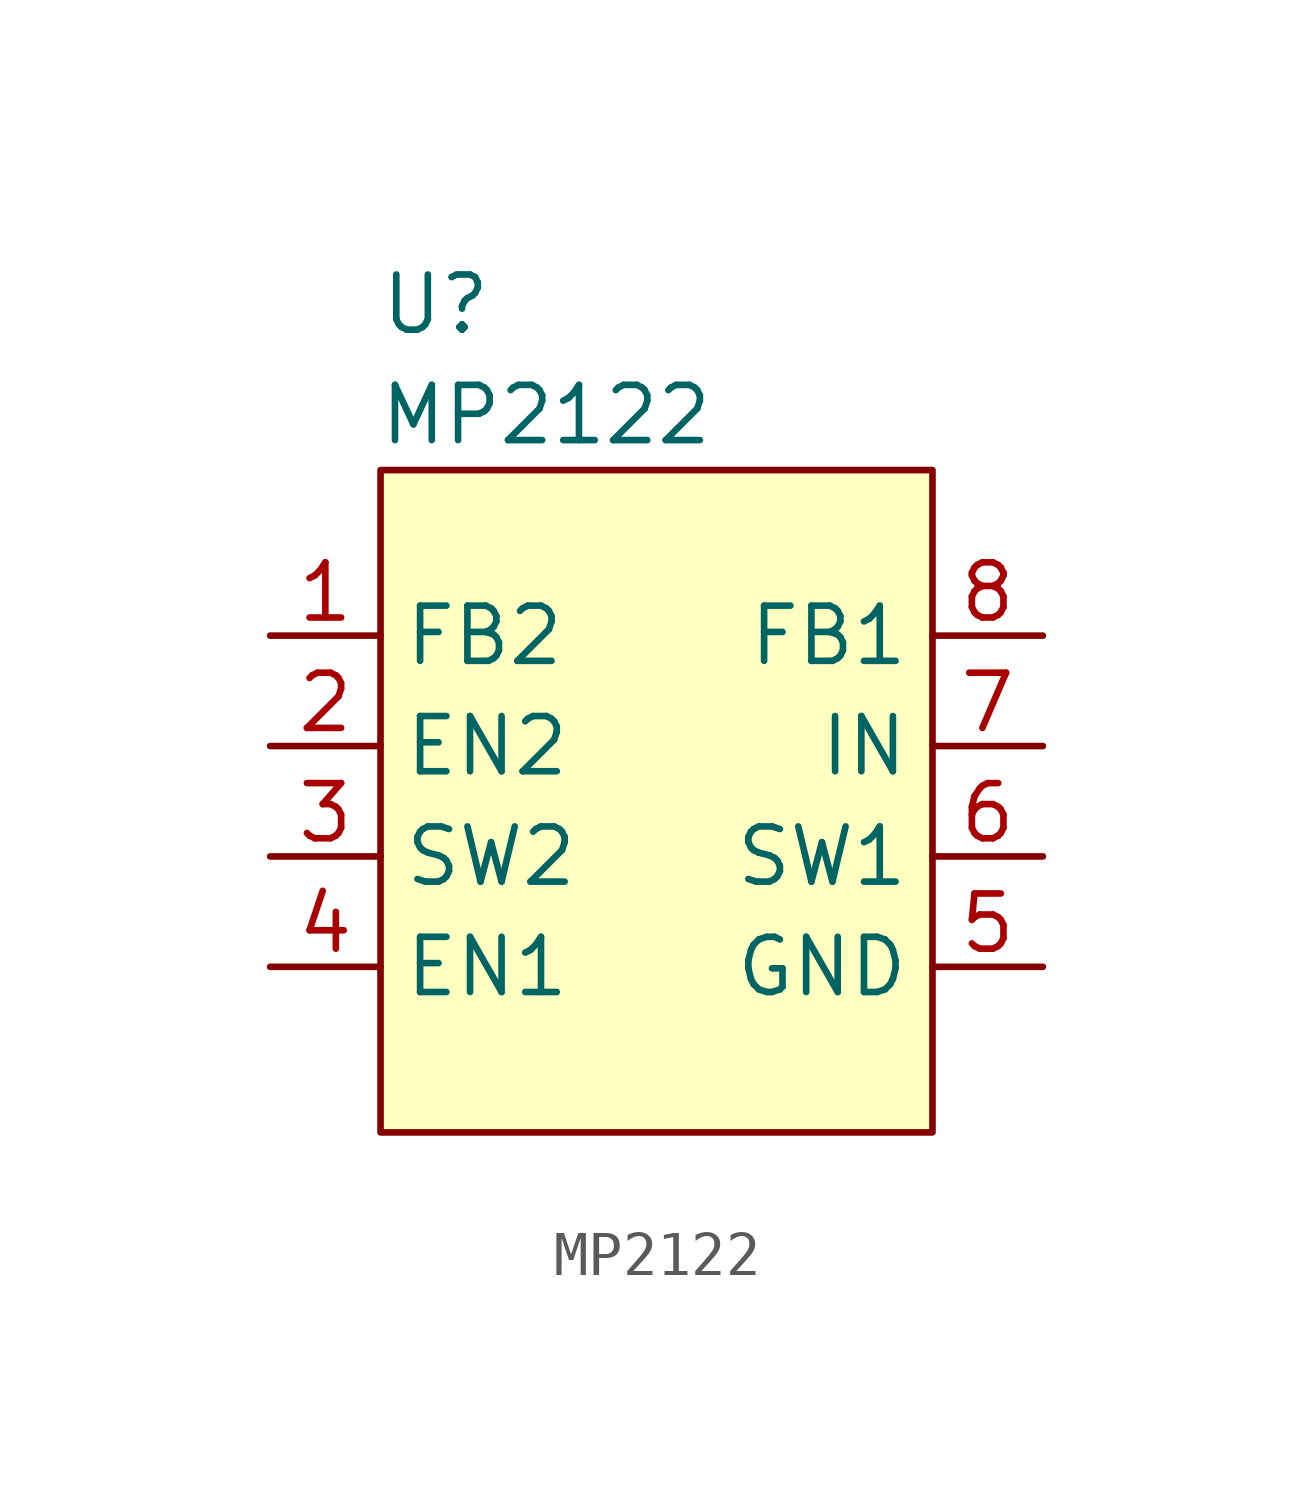
<source format=kicad_sym>
(kicad_symbol_lib
  (version 20211014)
  (generator kicad_symbol_editor)
  (symbol "MP2122"
    (property "Reference" "U"
      (at -5.08 2.54 0)
      (effects (font (size 1.27 1.27))))
    (property "Value" "MP2122"
      (at -2.54 0 0)
      (effects (font (size 1.27 1.27))))
    (symbol "MP2122_0_1"
      (rectangle (start -6.35 -1.27) (end 6.35 -16.51) (stroke (width 0) (type default) (color 0 0 0 0)) (fill (type background))))
    (symbol "MP2122_1_1"
      (pin input line (at -8.89 -5.08 0) (length 2.54) (name "FB2" (effects (font (size 1.27 1.27)))) (number "1" (effects (font (size 1.27 1.27)))))
      (pin input line (at -8.89 -7.62 0) (length 2.54) (name "EN2" (effects (font (size 1.27 1.27)))) (number "2" (effects (font (size 1.27 1.27)))))
      (pin input line (at -8.89 -10.16 0) (length 2.54) (name "SW2" (effects (font (size 1.27 1.27)))) (number "3" (effects (font (size 1.27 1.27)))))
      (pin input line (at -8.89 -12.7 0) (length 2.54) (name "EN1" (effects (font (size 1.27 1.27)))) (number "4" (effects (font (size 1.27 1.27)))))
      (pin power_in line (at 8.89 -12.7 180) (length 2.54) (name "GND" (effects (font (size 1.27 1.27)))) (number "5" (effects (font (size 1.27 1.27)))))
      (pin input line (at 8.89 -10.16 180) (length 2.54) (name "SW1" (effects (font (size 1.27 1.27)))) (number "6" (effects (font (size 1.27 1.27)))))
      (pin input line (at 8.89 -7.62 180) (length 2.54) (name "IN" (effects (font (size 1.27 1.27)))) (number "7" (effects (font (size 1.27 1.27)))))
      (pin input line (at 8.89 -5.08 180) (length 2.54) (name "FB1" (effects (font (size 1.27 1.27)))) (number "8" (effects (font (size 1.27 1.27))))))))
</source>
